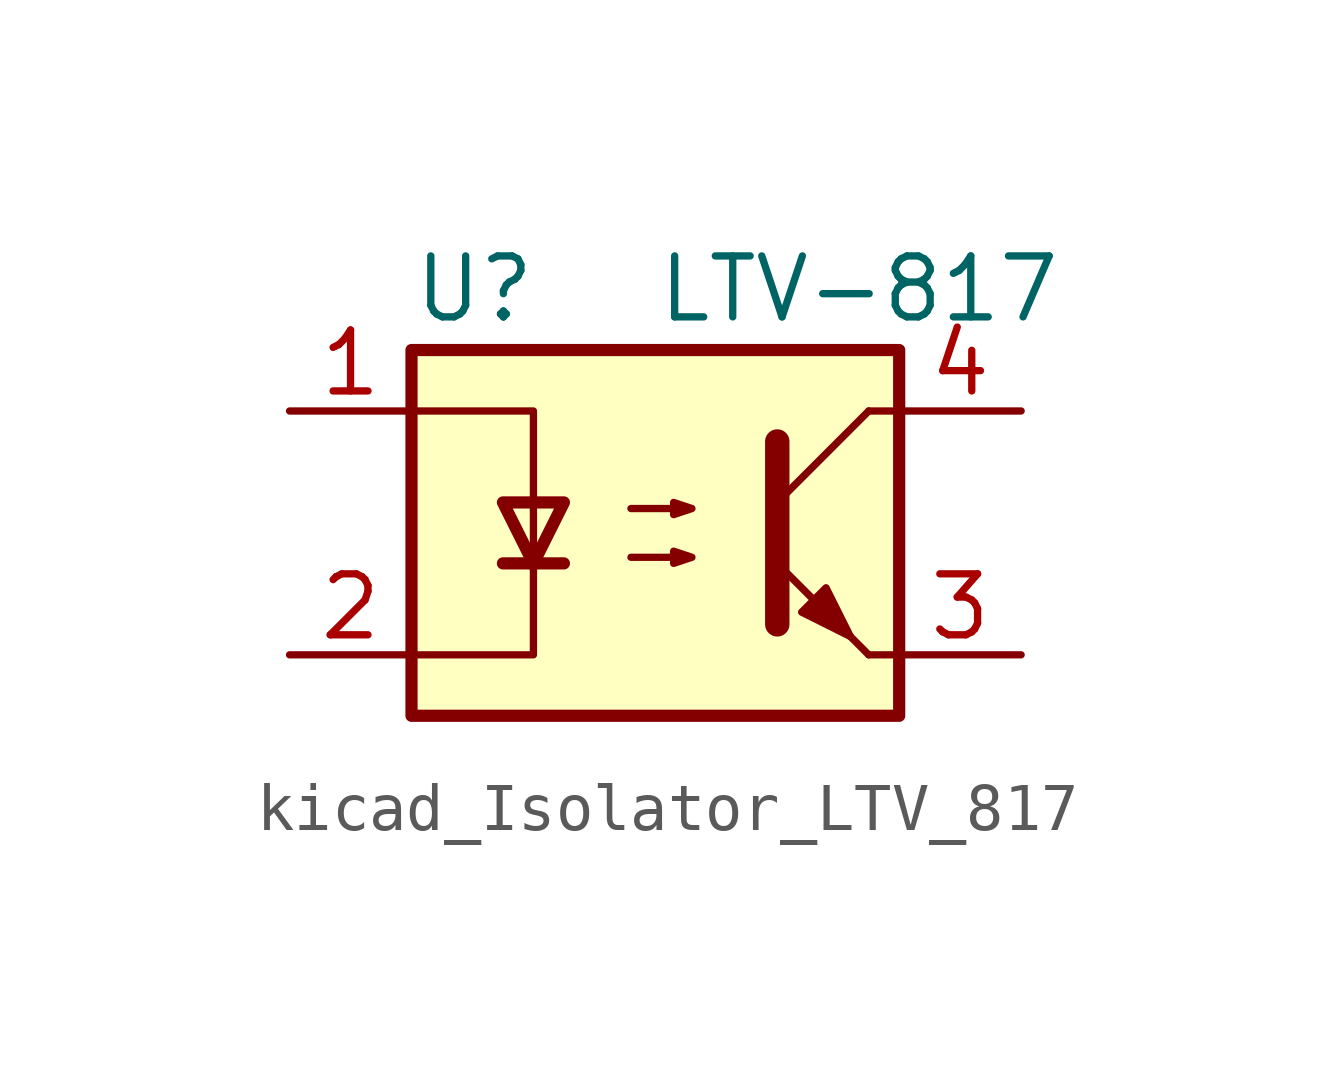
<source format=kicad_sym>
(kicad_symbol_lib
  (version 20220914)
  (generator kicad_symbol_editor)
  (symbol "kicad_Isolator_LTV_817"
    (pin_names
      (offset 1.016))
    (property "Reference" "U"
      (at -5.08 5.08 0)
      (effects (font (size 1.27 1.27)) (justify left)))
    (property "Value" "LTV-817"
      (at 0 5.08 0)
      (effects (font (size 1.27 1.27)) (justify left)))
    (symbol "kicad_Isolator_LTV_817_0_1"
      (rectangle (start -5.08 3.81) (end 5.08 -3.81) (stroke (width 0.254) (type default)) (fill (type background)))
      (polyline (pts (xy -3.175 -0.635) (xy -1.905 -0.635)) (stroke (width 0.254) (type default)) (fill (type none)))
      (polyline (pts (xy 2.54 0.635) (xy 4.445 2.54)) (stroke (width 0) (type default)) (fill (type none)))
      (polyline (pts (xy 4.445 -2.54) (xy 2.54 -0.635)) (stroke (width 0) (type default)) (fill (type outline)))
      (polyline (pts (xy 4.445 -2.54) (xy 5.08 -2.54)) (stroke (width 0) (type default)) (fill (type none)))
      (polyline (pts (xy 4.445 2.54) (xy 5.08 2.54)) (stroke (width 0) (type default)) (fill (type none)))
      (polyline (pts (xy -5.08 2.54) (xy -2.54 2.54) (xy -2.54 -0.762)) (stroke (width 0) (type default)) (fill (type none)))
      (polyline (pts (xy -2.54 -0.635) (xy -2.54 -2.54) (xy -5.08 -2.54)) (stroke (width 0) (type default)) (fill (type none)))
      (polyline (pts (xy 2.54 1.905) (xy 2.54 -1.905) (xy 2.54 -1.905)) (stroke (width 0.508) (type default)) (fill (type none)))
      (polyline (pts (xy -2.54 -0.635) (xy -3.175 0.635) (xy -1.905 0.635) (xy -2.54 -0.635)) (stroke (width 0.254) (type default)) (fill (type none)))
      (polyline (pts (xy -0.508 -0.508) (xy 0.762 -0.508) (xy 0.381 -0.635) (xy 0.381 -0.381) (xy 0.762 -0.508)) (stroke (width 0) (type default)) (fill (type none)))
      (polyline (pts (xy -0.508 0.508) (xy 0.762 0.508) (xy 0.381 0.381) (xy 0.381 0.635) (xy 0.762 0.508)) (stroke (width 0) (type default)) (fill (type none)))
      (polyline (pts (xy 3.048 -1.651) (xy 3.556 -1.143) (xy 4.064 -2.159) (xy 3.048 -1.651) (xy 3.048 -1.651)) (stroke (width 0) (type default)) (fill (type outline))))
    (symbol "kicad_Isolator_LTV_817_1_1"
      (pin passive line (at -7.62 2.54 0) (length 2.54) (name "~" (effects (font (size 1.27 1.27)))) (number "1" (effects (font (size 1.27 1.27)))))
      (pin passive line (at -7.62 -2.54 0) (length 2.54) (name "~" (effects (font (size 1.27 1.27)))) (number "2" (effects (font (size 1.27 1.27)))))
      (pin passive line (at 7.62 -2.54 180) (length 2.54) (name "~" (effects (font (size 1.27 1.27)))) (number "3" (effects (font (size 1.27 1.27)))))
      (pin passive line (at 7.62 2.54 180) (length 2.54) (name "~" (effects (font (size 1.27 1.27)))) (number "4" (effects (font (size 1.27 1.27))))))))
</source>
